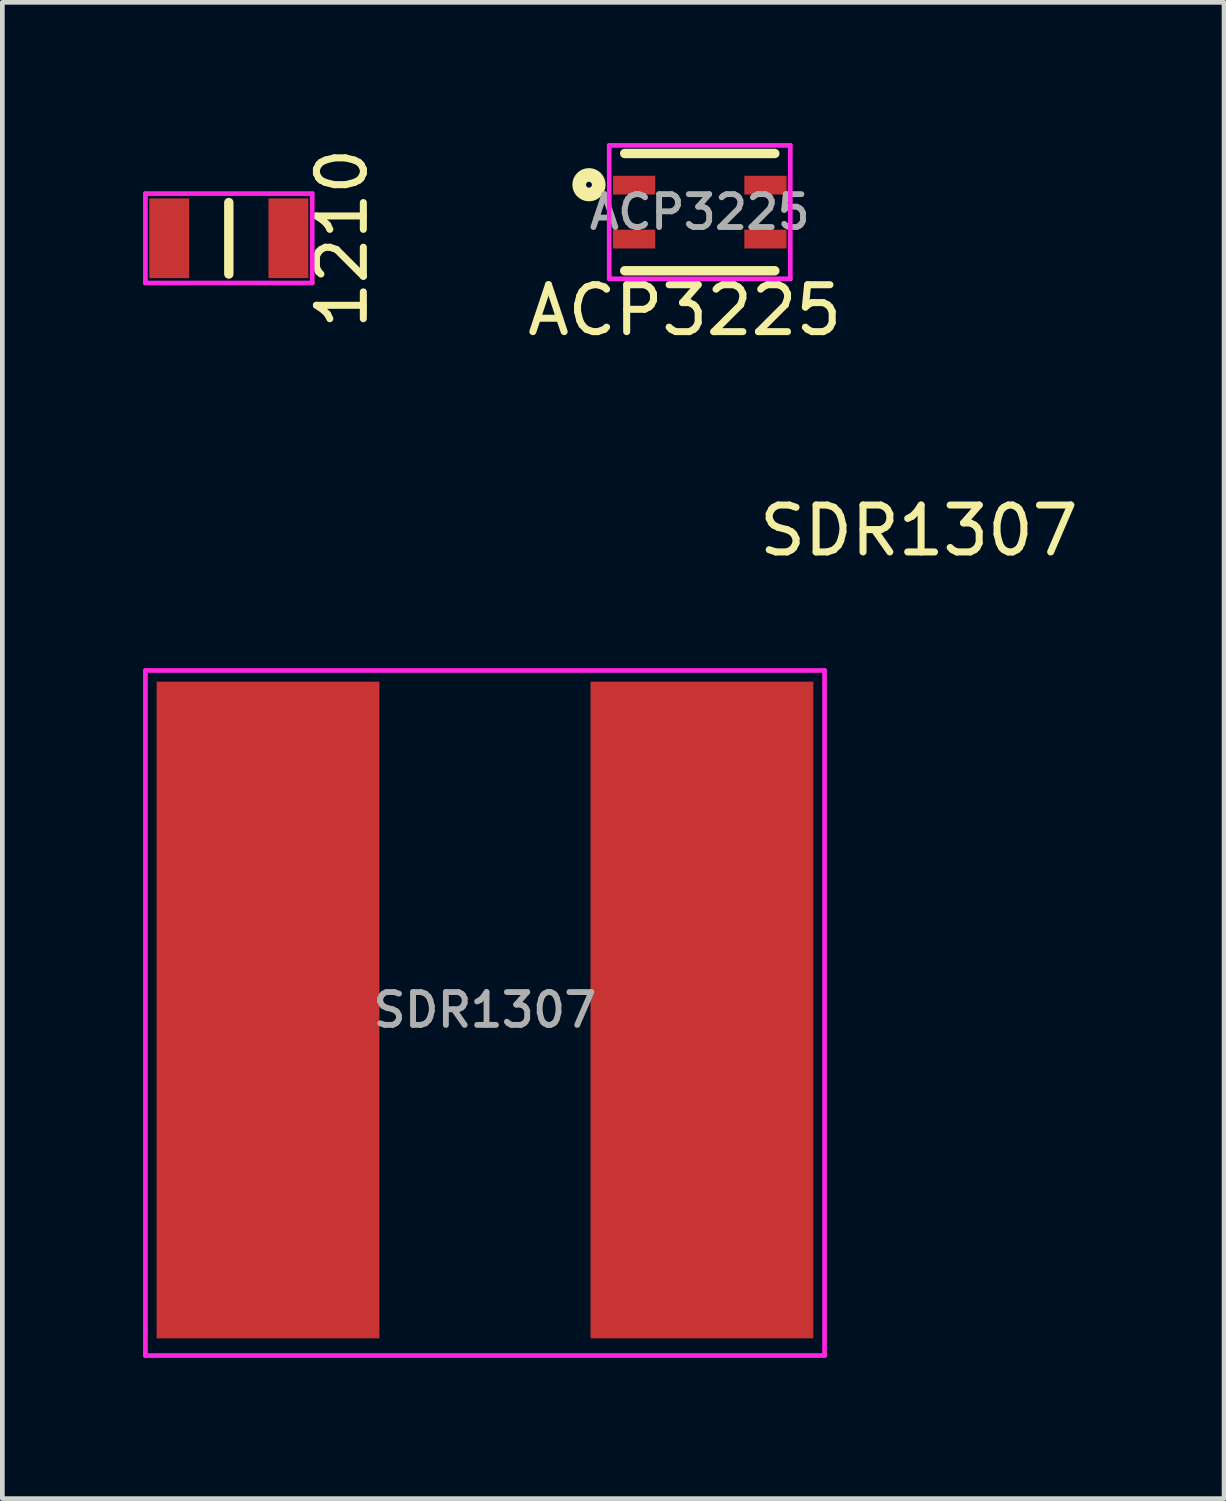
<source format=kicad_pcb>
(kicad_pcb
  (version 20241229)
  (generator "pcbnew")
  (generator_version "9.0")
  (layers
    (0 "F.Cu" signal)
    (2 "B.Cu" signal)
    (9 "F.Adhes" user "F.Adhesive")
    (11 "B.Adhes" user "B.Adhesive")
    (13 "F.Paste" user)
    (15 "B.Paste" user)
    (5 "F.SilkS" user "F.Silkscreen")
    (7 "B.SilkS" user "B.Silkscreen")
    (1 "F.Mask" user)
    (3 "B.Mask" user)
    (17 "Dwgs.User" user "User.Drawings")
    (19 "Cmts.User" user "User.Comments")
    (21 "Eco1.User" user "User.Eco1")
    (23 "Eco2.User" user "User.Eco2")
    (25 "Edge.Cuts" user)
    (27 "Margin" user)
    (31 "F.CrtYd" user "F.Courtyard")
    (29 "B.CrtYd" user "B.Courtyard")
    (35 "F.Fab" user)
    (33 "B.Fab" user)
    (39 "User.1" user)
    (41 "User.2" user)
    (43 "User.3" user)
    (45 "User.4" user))
  (footprint "SDR1307"
    (layer "F.Cu")
    (at 7.289 18.482)
    (property "Reference" "SDR1307" (at 9.25 -10.22 0) (layer "F.SilkS") (effects (font (size 1 1) (thickness 0.15))))
    (attr through_hole)
    (fp_line (start -7.239 -7.239) (end -7.239 7.366) (stroke (width 0.1) (type solid)) (layer "F.CrtYd"))
    (fp_line (start -7.239 7.366) (end 7.239 7.366) (stroke (width 0.1) (type solid)) (layer "F.CrtYd"))
    (fp_line (start 7.239 -7.239) (end -7.239 -7.239) (stroke (width 0.1) (type solid)) (layer "F.CrtYd"))
    (fp_line (start 7.239 7.366) (end 7.239 -7.239) (stroke (width 0.1) (type solid)) (layer "F.CrtYd"))
    (fp_text user "${REFERENCE}" (at 0 0 0) (layer "F.Fab") (effects (font (size 0.7 0.7) (thickness 0.125))))
    (pad "1" smd rect (at -4.625 0) (size 4.75 14) (layers "F.Cu" "F.Mask" "F.Paste"))
    (pad "2" smd rect (at 4.625 0) (size 4.75 14) (layers "F.Cu" "F.Mask" "F.Paste")))
  (footprint "1210"
    (placed yes)
    (layer "F.Cu")
    (at 1.828 2.03)
    (property "Reference" "1210" (at 2.413 0 270) (layer "F.SilkS") (effects (font (size 1 1) (thickness 0.15))))
    (attr through_hole)
    (fp_line (start 0 -0.762) (end 0 0.762) (stroke (width 0.2) (type solid)) (layer "F.SilkS"))
    (fp_line (start -1.778 -0.953) (end 1.778 -0.953) (stroke (width 0.1) (type solid)) (layer "F.CrtYd"))
    (fp_line (start -1.778 0.953) (end -1.778 -0.953) (stroke (width 0.1) (type solid)) (layer "F.CrtYd"))
    (fp_line (start 1.778 -0.953) (end 1.778 0.953) (stroke (width 0.1) (type solid)) (layer "F.CrtYd"))
    (fp_line (start 1.778 0.953) (end -1.778 0.953) (stroke (width 0.1) (type solid)) (layer "F.CrtYd"))
    (pad "1" smd rect (at -1.27 0) (size 0.85 1.7) (layers "F.Cu" "F.Mask" "F.Paste"))
    (pad "2" smd rect (at 1.27 0) (size 0.85 1.7) (layers "F.Cu" "F.Mask" "F.Paste")))
  (footprint "ACP3225"
    (layer "F.Cu")
    (at 11.868 1.472)
    (property "Reference" "ACP3225" (at -0.32 2.093 0) (layer "F.SilkS") (effects (font (size 1 1) (thickness 0.15))))
    (attr through_hole)
    (fp_line (start -1.6 -1.25) (end 1.6 -1.25) (stroke (width 0.2) (type solid)) (layer "F.SilkS"))
    (fp_line (start 1.6 1.25) (end -1.6 1.25) (stroke (width 0.2) (type solid)) (layer "F.SilkS"))
    (fp_circle (center -2.362 -0.584) (end -2.299 -0.584) (stroke (width 0.2) (type solid)) (fill no) (layer "F.SilkS"))
    (fp_circle (center -2.362 -0.584) (end -2.108 -0.584) (stroke (width 0.2) (type solid)) (fill no) (layer "F.SilkS"))
    (fp_line (start -1.93 -1.422) (end 1.93 -1.422) (stroke (width 0.1) (type solid)) (layer "F.CrtYd"))
    (fp_line (start -1.93 1.422) (end -1.93 -1.422) (stroke (width 0.1) (type solid)) (layer "F.CrtYd"))
    (fp_line (start 1.93 -1.422) (end 1.93 1.422) (stroke (width 0.1) (type solid)) (layer "F.CrtYd"))
    (fp_line (start 1.93 1.422) (end -1.93 1.422) (stroke (width 0.1) (type solid)) (layer "F.CrtYd"))
    (fp_text user "${REFERENCE}" (at 0 0 0) (layer "F.Fab") (effects (font (size 0.7 0.7) (thickness 0.125))))
    (pad "1" smd rect (at -1.4 -0.575) (size 0.9 0.4) (layers "F.Cu" "F.Mask" "F.Paste"))
    (pad "2" smd rect (at -1.4 0.575) (size 0.9 0.4) (layers "F.Cu" "F.Mask" "F.Paste"))
    (pad "3" smd rect (at 1.4 0.575) (size 0.9 0.4) (layers "F.Cu" "F.Mask" "F.Paste"))
    (pad "4" smd rect (at 1.4 -0.575) (size 0.9 0.4) (layers "F.Cu" "F.Mask" "F.Paste")))
  (gr_rect
    (start -3 -3)
    (end 23.045 28.898)
    (stroke (width 0.1) (type default))
    (fill no)
    (layer "Edge.Cuts")))
</source>
